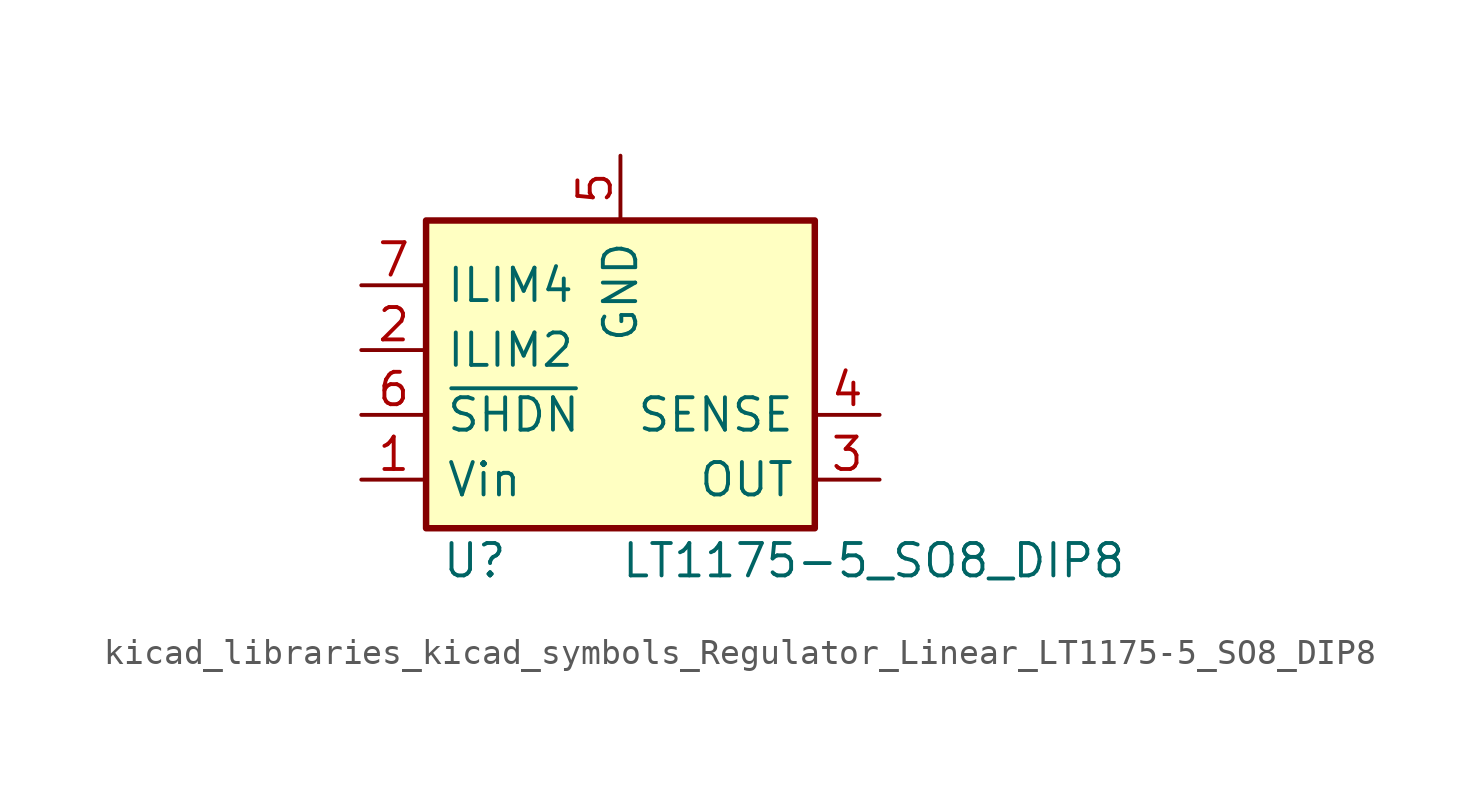
<source format=kicad_sym>
(kicad_symbol_lib
  (version 20220914)
  (generator kicad_symbol_editor)
  (symbol "kicad_libraries_kicad_symbols_Regulator_Linear_LT1175-5_SO8_DIP8"
    (pin_names
      (offset 0.762))
    (property "Reference" "U"
      (at -5.715 -8.255 0)
      (effects (font (size 1.27 1.27))))
    (property "Value" "LT1175-5_SO8_DIP8"
      (at 0 -8.255 0)
      (effects (font (size 1.27 1.27)) (justify left)))
    (symbol "kicad_libraries_kicad_symbols_Regulator_Linear_LT1175-5_SO8_DIP8_0_1"
      (rectangle (start -7.62 -6.985) (end 7.62 5.08) (stroke (width 0.254) (type default)) (fill (type background))))
    (symbol "kicad_libraries_kicad_symbols_Regulator_Linear_LT1175-5_SO8_DIP8_1_1"
      (pin power_in line (at -10.16 -5.08 0) (length 2.54) (name "Vin" (effects (font (size 1.27 1.27)))) (number "1" (effects (font (size 1.27 1.27)))))
      (pin input line (at -10.16 0 0) (length 2.54) (name "ILIM2" (effects (font (size 1.27 1.27)))) (number "2" (effects (font (size 1.27 1.27)))))
      (pin power_out line (at 10.16 -5.08 180) (length 2.54) (name "OUT" (effects (font (size 1.27 1.27)))) (number "3" (effects (font (size 1.27 1.27)))))
      (pin input line (at 10.16 -2.54 180) (length 2.54) (name "SENSE" (effects (font (size 1.27 1.27)))) (number "4" (effects (font (size 1.27 1.27)))))
      (pin power_in line (at 0 7.62 270) (length 2.54) (name "GND" (effects (font (size 1.27 1.27)))) (number "5" (effects (font (size 1.27 1.27)))))
      (pin input line (at -10.16 -2.54 0) (length 2.54) (name "~{SHDN}" (effects (font (size 1.27 1.27)))) (number "6" (effects (font (size 1.27 1.27)))))
      (pin input line (at -10.16 2.54 0) (length 2.54) (name "ILIM4" (effects (font (size 1.27 1.27)))) (number "7" (effects (font (size 1.27 1.27)))))
      (pin passive line (at -10.16 -5.08 0) (length 2.54) hide (name "Vin" (effects (font (size 1.27 1.27)))) (number "8" (effects (font (size 1.27 1.27))))))))
</source>
